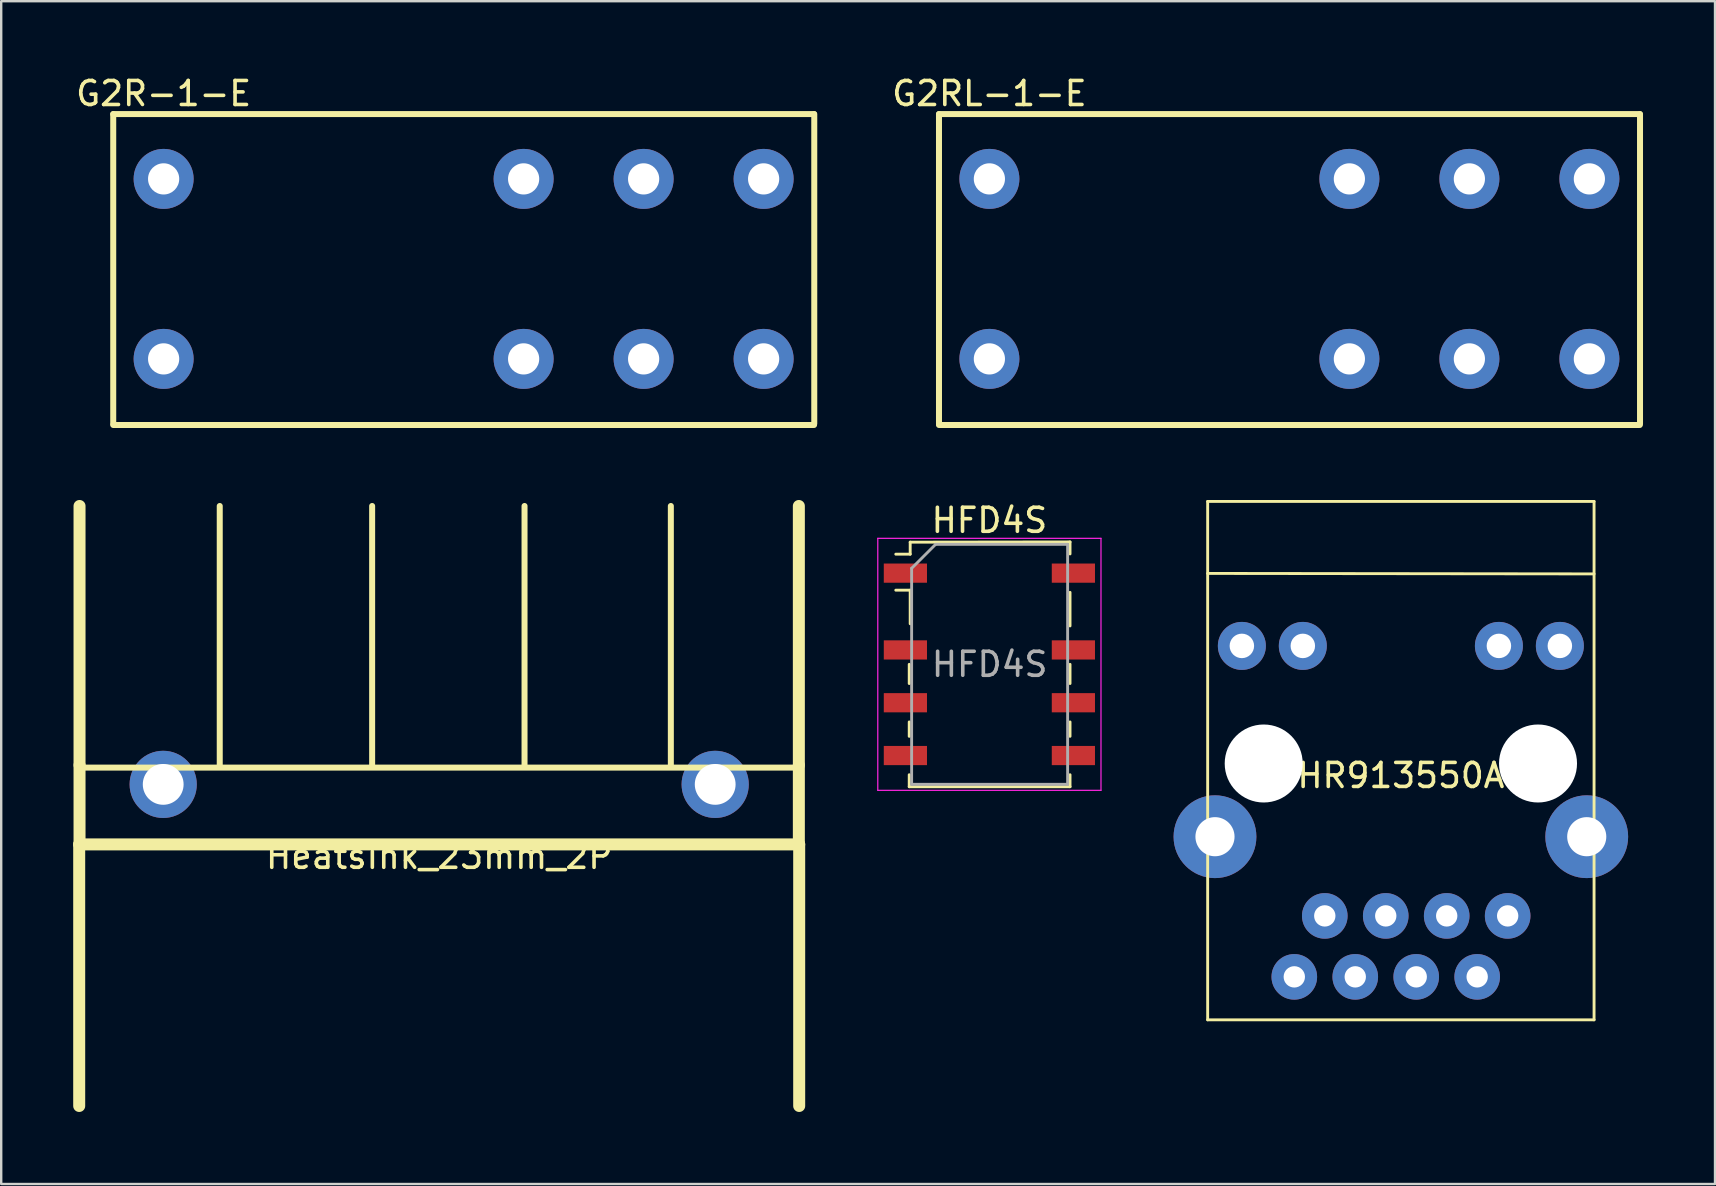
<source format=kicad_pcb>
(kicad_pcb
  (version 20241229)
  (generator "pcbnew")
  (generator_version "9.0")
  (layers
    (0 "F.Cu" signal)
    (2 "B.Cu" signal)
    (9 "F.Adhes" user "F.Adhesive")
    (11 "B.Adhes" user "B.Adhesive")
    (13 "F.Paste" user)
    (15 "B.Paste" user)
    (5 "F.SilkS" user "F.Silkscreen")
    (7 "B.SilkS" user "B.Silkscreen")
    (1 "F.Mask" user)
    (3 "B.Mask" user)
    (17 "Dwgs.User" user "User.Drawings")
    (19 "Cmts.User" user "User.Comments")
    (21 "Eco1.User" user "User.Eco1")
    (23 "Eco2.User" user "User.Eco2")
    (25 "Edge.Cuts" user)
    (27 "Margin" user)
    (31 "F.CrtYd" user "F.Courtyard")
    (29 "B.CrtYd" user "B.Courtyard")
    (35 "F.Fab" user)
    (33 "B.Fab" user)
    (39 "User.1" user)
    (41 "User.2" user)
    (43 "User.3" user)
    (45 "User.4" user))
  (footprint "HFD4S"
    (layer "F.Cu")
    (at 38.175 24.631)
    (property "Reference" "HFD4S" (at 0 -6 0) (layer "F.SilkS") (effects (font (size 1 1) (thickness 0.15))))
    (attr smd)
    (fp_line (start -3.34 0.8) (end -3.34 0) (stroke (width 0.12) (type solid)) (layer "F.SilkS"))
    (fp_line (start -3.34 3) (end -3.34 2.4) (stroke (width 0.12) (type solid)) (layer "F.SilkS"))
    (fp_line (start -3.34 5.1) (end -3.34 4.6) (stroke (width 0.12) (type solid)) (layer "F.SilkS"))
    (fp_line (start -3.3 -5.09) (end -3.3 -4.59) (stroke (width 0.12) (type solid)) (layer "F.SilkS"))
    (fp_line (start -3.3 -5.09) (end 3.36 -5.1) (stroke (width 0.12) (type solid)) (layer "F.SilkS"))
    (fp_line (start -3.3 -4.59) (end -3.9 -4.59) (stroke (width 0.12) (type solid)) (layer "F.SilkS"))
    (fp_line (start -3.3 -3.09) (end -3.9 -3.09) (stroke (width 0.12) (type solid)) (layer "F.SilkS"))
    (fp_line (start -3.3 -1.69) (end -3.3 -3.09) (stroke (width 0.12) (type solid)) (layer "F.SilkS"))
    (fp_line (start 3.36 -5.1) (end 3.36 -4.6) (stroke (width 0.12) (type solid)) (layer "F.SilkS"))
    (fp_line (start 3.36 -3) (end 3.36 -1.6) (stroke (width 0.12) (type solid)) (layer "F.SilkS"))
    (fp_line (start 3.36 0) (end 3.36 0.8) (stroke (width 0.12) (type solid)) (layer "F.SilkS"))
    (fp_line (start 3.36 2.4) (end 3.36 3) (stroke (width 0.12) (type solid)) (layer "F.SilkS"))
    (fp_line (start 3.36 4.6) (end 3.36 5.1) (stroke (width 0.12) (type solid)) (layer "F.SilkS"))
    (fp_line (start 3.36 5.1) (end -3.34 5.1) (stroke (width 0.12) (type solid)) (layer "F.SilkS"))
    (fp_line (start -4.65 -5.25) (end -4.65 5.25) (stroke (width 0.05) (type solid)) (layer "F.CrtYd"))
    (fp_line (start -4.65 -5.25) (end 4.65 -5.25) (stroke (width 0.05) (type solid)) (layer "F.CrtYd"))
    (fp_line (start 4.65 5.25) (end -4.65 5.25) (stroke (width 0.05) (type solid)) (layer "F.CrtYd"))
    (fp_line (start 4.65 5.25) (end 4.65 -5.25) (stroke (width 0.05) (type solid)) (layer "F.CrtYd"))
    (fp_line (start -3.24 -4) (end -2.24 -5) (stroke (width 0.12) (type solid)) (layer "F.Fab"))
    (fp_line (start -3.24 5) (end -3.24 -4) (stroke (width 0.12) (type solid)) (layer "F.Fab"))
    (fp_line (start -2.24 -5) (end 3.26 -5) (stroke (width 0.12) (type solid)) (layer "F.Fab"))
    (fp_line (start 3.26 -5) (end 3.26 5) (stroke (width 0.12) (type solid)) (layer "F.Fab"))
    (fp_line (start 3.26 5) (end -3.24 5) (stroke (width 0.12) (type solid)) (layer "F.Fab"))
    (fp_text user "${REFERENCE}" (at 0.01 0 0) (layer "F.Fab") (effects (font (size 1 1) (thickness 0.15))))
    (pad "1" smd rect (at -3.5 -3.8) (size 1.8 0.8) (layers "F.Cu" "F.Mask" "F.Paste"))
    (pad "2" smd rect (at -3.5 -0.6) (size 1.8 0.8) (layers "F.Cu" "F.Mask" "F.Paste"))
    (pad "3" smd rect (at -3.5 1.6) (size 1.8 0.8) (layers "F.Cu" "F.Mask" "F.Paste"))
    (pad "4" smd rect (at -3.5 3.8) (size 1.8 0.8) (layers "F.Cu" "F.Mask" "F.Paste"))
    (pad "5" smd rect (at 3.5 3.8) (size 1.8 0.8) (layers "F.Cu" "F.Mask" "F.Paste"))
    (pad "6" smd rect (at 3.5 1.6) (size 1.8 0.8) (layers "F.Cu" "F.Mask" "F.Paste"))
    (pad "7" smd rect (at 3.5 -0.6) (size 1.8 0.8) (layers "F.Cu" "F.Mask" "F.Paste"))
    (pad "8" smd rect (at 3.5 -3.8) (size 1.8 0.8) (layers "F.Cu" "F.Mask" "F.Paste")))
  (footprint "G2RL-1-E"
    (layer "F.Cu")
    (at 38.175 4.404)
    (property "Reference" "G2RL-1-E" (at 0 -3.556 0) (layer "F.SilkS") (effects (font (size 1 1) (thickness 0.15))))
    (attr through_hole)
    (fp_line (start -2.1 -2.7) (end -2.1 10.2) (stroke (width 0.25) (type solid)) (layer "F.SilkS"))
    (fp_line (start -2.1 -2.7) (end 27.1 -2.7) (stroke (width 0.25) (type solid)) (layer "F.SilkS"))
    (fp_line (start -2.1 10.254) (end 27.1 10.254) (stroke (width 0.25) (type solid)) (layer "F.SilkS"))
    (fp_line (start 27.11 -2.7) (end 27.11 10.2) (stroke (width 0.25) (type solid)) (layer "F.SilkS"))
    (pad "1" thru_hole circle (at 0 0) (size 2.5 2.5) (drill 1.3) (layers "*.Cu" "*.Mask"))
    (pad "2" thru_hole circle (at 15 0) (size 2.5 2.5) (drill 1.3) (layers "*.Cu" "*.Mask"))
    (pad "3" thru_hole circle (at 20 0) (size 2.5 2.5) (drill 1.3) (layers "*.Cu" "*.Mask"))
    (pad "4" thru_hole circle (at 25 0) (size 2.5 2.5) (drill 1.3) (layers "*.Cu" "*.Mask"))
    (pad "5" thru_hole circle (at 25 7.5) (size 2.5 2.5) (drill 1.3) (layers "*.Cu" "*.Mask"))
    (pad "6" thru_hole circle (at 20 7.5) (size 2.5 2.5) (drill 1.3) (layers "*.Cu" "*.Mask"))
    (pad "7" thru_hole circle (at 15 7.5) (size 2.5 2.5) (drill 1.3) (layers "*.Cu" "*.Mask"))
    (pad "8" thru_hole circle (at 0 7.5) (size 2.5 2.5) (drill 1.3) (layers "*.Cu" "*.Mask")))
  (footprint "Heatsink_23mm_2P"
    (layer "F.Cu")
    (at 15.25 32.133)
    (property "Reference" "Heatsink_23mm_2P" (at 0 0.5 0) (layer "F.SilkS") (effects (font (size 1 1) (thickness 0.15))))
    (attr through_hole)
    (fp_line (start -15 -3.2) (end 15 -3.2) (stroke (width 0.25) (type solid)) (layer "F.SilkS"))
    (fp_line (start -15 0) (end -15 10.9) (stroke (width 0.5) (type solid)) (layer "F.SilkS"))
    (fp_line (start -15 0) (end 15 0) (stroke (width 0.5) (type solid)) (layer "F.SilkS"))
    (fp_line (start -14.986 -3.302) (end -14.986 -14.1) (stroke (width 0.5) (type solid)) (layer "F.SilkS"))
    (fp_line (start -14.986 -3.302) (end -14.986 0) (stroke (width 0.5) (type solid)) (layer "F.SilkS"))
    (fp_line (start -9.144 -3.302) (end -9.144 -14.1) (stroke (width 0.25) (type solid)) (layer "F.SilkS"))
    (fp_line (start -2.794 -3.302) (end -2.794 -14.1) (stroke (width 0.25) (type solid)) (layer "F.SilkS"))
    (fp_line (start 3.556 -3.302) (end 3.556 -14.1) (stroke (width 0.25) (type solid)) (layer "F.SilkS"))
    (fp_line (start 9.652 -3.302) (end 9.652 -14.1) (stroke (width 0.25) (type solid)) (layer "F.SilkS"))
    (fp_line (start 14.986 -3.302) (end 14.986 -14.1) (stroke (width 0.5) (type solid)) (layer "F.SilkS"))
    (fp_line (start 14.986 -3.302) (end 14.986 0) (stroke (width 0.5) (type solid)) (layer "F.SilkS"))
    (fp_line (start 15 0) (end 15 10.9) (stroke (width 0.5) (type solid)) (layer "F.SilkS"))
    (pad "0" thru_hole circle (at -11.5 -2.5) (size 2.8 2.8) (drill 1.7) (layers "*.Cu" "*.Mask"))
    (pad "0" thru_hole circle (at 11.5 -2.5) (size 2.8 2.8) (drill 1.7) (layers "*.Cu" "*.Mask")))
  (footprint "G2R-1-E"
    (layer "F.Cu")
    (at 3.768 4.404)
    (property "Reference" "G2R-1-E" (at 0 -3.556 0) (layer "F.SilkS") (effects (font (size 1 1) (thickness 0.15))))
    (attr through_hole)
    (fp_line (start -2.1 -2.7) (end -2.1 10.2) (stroke (width 0.25) (type solid)) (layer "F.SilkS"))
    (fp_line (start -2.1 -2.7) (end 27.1 -2.7) (stroke (width 0.25) (type solid)) (layer "F.SilkS"))
    (fp_line (start -2.1 10.254) (end 27.1 10.254) (stroke (width 0.25) (type solid)) (layer "F.SilkS"))
    (fp_line (start 27.11 -2.7) (end 27.11 10.2) (stroke (width 0.25) (type solid)) (layer "F.SilkS"))
    (pad "1" thru_hole circle (at 0 0) (size 2.5 2.5) (drill 1.3) (layers "*.Cu" "*.Mask"))
    (pad "2" thru_hole circle (at 15 0) (size 2.5 2.5) (drill 1.3) (layers "*.Cu" "*.Mask"))
    (pad "3" thru_hole circle (at 20 0) (size 2.5 2.5) (drill 1.3) (layers "*.Cu" "*.Mask"))
    (pad "4" thru_hole circle (at 25 0) (size 2.5 2.5) (drill 1.3) (layers "*.Cu" "*.Mask"))
    (pad "5" thru_hole circle (at 25 7.5) (size 2.5 2.5) (drill 1.3) (layers "*.Cu" "*.Mask"))
    (pad "6" thru_hole circle (at 20 7.5) (size 2.5 2.5) (drill 1.3) (layers "*.Cu" "*.Mask"))
    (pad "7" thru_hole circle (at 15 7.5) (size 2.5 2.5) (drill 1.3) (layers "*.Cu" "*.Mask"))
    (pad "8" thru_hole circle (at 0 7.5) (size 2.5 2.5) (drill 1.3) (layers "*.Cu" "*.Mask")))
  (footprint "HR913550A"
    (layer "F.Cu")
    (at 55.32 28.763)
    (property "Reference" "HR913550A" (at 0 0.5 0) (layer "F.SilkS") (effects (font (size 1 1) (thickness 0.15))))
    (attr through_hole)
    (fp_line (start -8.05 -10.92) (end -8.05 10.68) (stroke (width 0.12) (type solid)) (layer "F.SilkS"))
    (fp_line (start -8.05 -10.92) (end 8.05 -10.92) (stroke (width 0.12) (type solid)) (layer "F.SilkS"))
    (fp_line (start -8.05 -7.92) (end 8.05 -7.9) (stroke (width 0.12) (type solid)) (layer "F.SilkS"))
    (fp_line (start -8.05 10.68) (end 8.05 10.68) (stroke (width 0.12) (type solid)) (layer "F.SilkS"))
    (fp_line (start 8.05 10.68) (end 8.05 -10.92) (stroke (width 0.12) (type solid)) (layer "F.SilkS"))
    (pad "" np_thru_hole circle (at -5.715 0) (size 3.25 3.25) (drill 3.25) (layers "*.Cu" "*.Mask"))
    (pad "" np_thru_hole circle (at 5.715 0) (size 3.25 3.25) (drill 3.25) (layers "*.Cu" "*.Mask"))
    (pad "0" thru_hole circle (at -7.745 3.05) (size 3.45 3.45) (drill 1.63) (layers "*.Cu" "*.Mask"))
    (pad "0" thru_hole circle (at 7.745 3.05) (size 3.45 3.45) (drill 1.63) (layers "*.Cu" "*.Mask"))
    (pad "1" thru_hole circle (at 4.45 6.35) (size 1.9 1.9) (drill 0.89) (layers "*.Cu" "*.Mask"))
    (pad "2" thru_hole circle (at 3.18 8.89) (size 1.9 1.9) (drill 0.89) (layers "*.Cu" "*.Mask"))
    (pad "3" thru_hole circle (at 1.91 6.35) (size 1.9 1.9) (drill 0.89) (layers "*.Cu" "*.Mask"))
    (pad "4" thru_hole circle (at 0.64 8.89) (size 1.9 1.9) (drill 0.89) (layers "*.Cu" "*.Mask"))
    (pad "5" thru_hole circle (at -0.63 6.35) (size 1.9 1.9) (drill 0.89) (layers "*.Cu" "*.Mask"))
    (pad "6" thru_hole circle (at -1.9 8.89) (size 1.9 1.9) (drill 0.89) (layers "*.Cu" "*.Mask"))
    (pad "7" thru_hole circle (at -3.17 6.35) (size 1.9 1.9) (drill 0.89) (layers "*.Cu" "*.Mask"))
    (pad "8" thru_hole circle (at -4.44 8.89) (size 1.9 1.9) (drill 0.89) (layers "*.Cu" "*.Mask"))
    (pad "9" thru_hole circle (at 6.625 -4.9) (size 2 2) (drill 1.02) (layers "*.Cu" "*.Mask"))
    (pad "10" thru_hole circle (at 4.085 -4.9) (size 2 2) (drill 1.02) (layers "*.Cu" "*.Mask"))
    (pad "11" thru_hole circle (at -4.085 -4.9) (size 2 2) (drill 1.02) (layers "*.Cu" "*.Mask"))
    (pad "12" thru_hole circle (at -6.625 -4.9) (size 2 2) (drill 1.02) (layers "*.Cu" "*.Mask")))
  (gr_rect
    (start -3 -3)
    (end 68.41 46.283)
    (stroke (width 0.1) (type default))
    (fill no)
    (layer "Edge.Cuts")))
</source>
